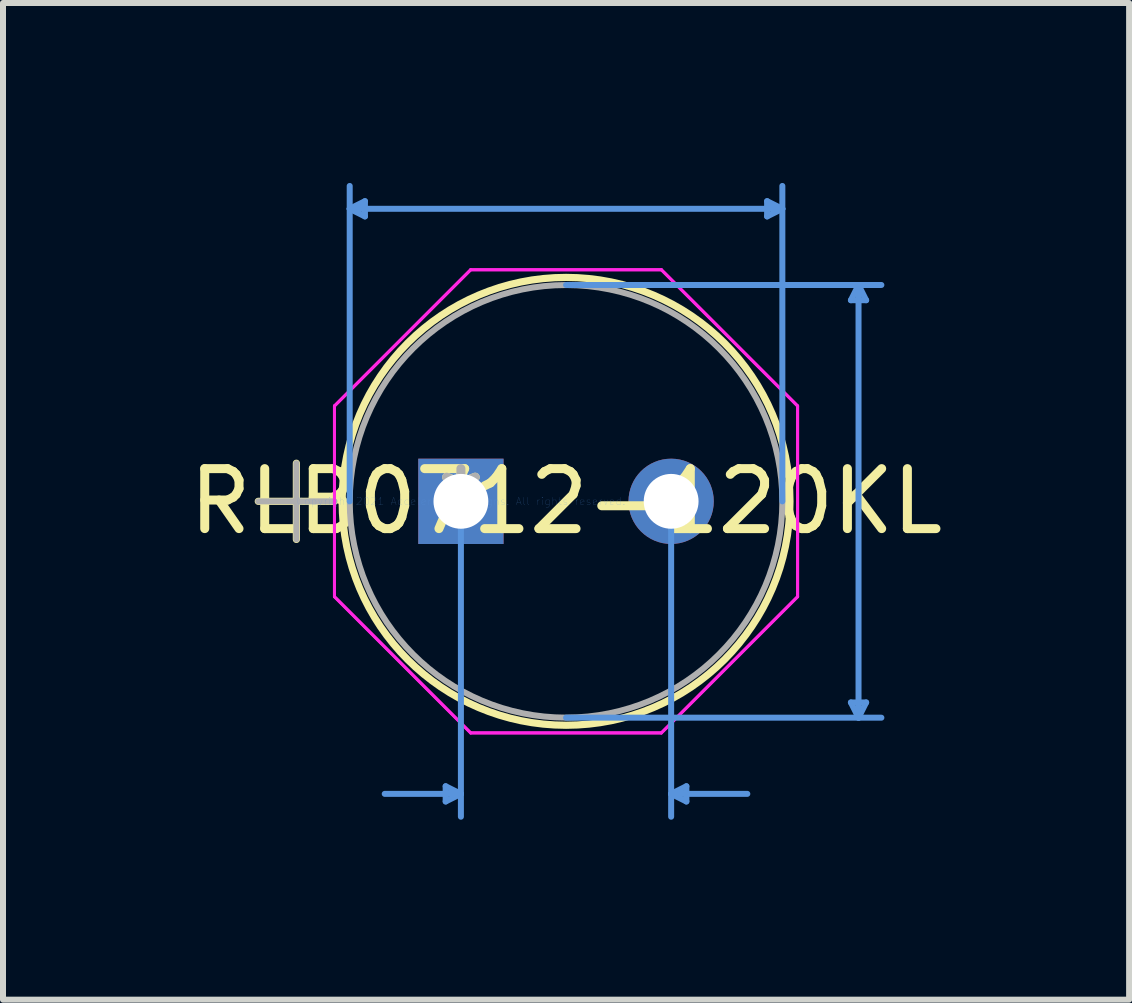
<source format=kicad_pcb>
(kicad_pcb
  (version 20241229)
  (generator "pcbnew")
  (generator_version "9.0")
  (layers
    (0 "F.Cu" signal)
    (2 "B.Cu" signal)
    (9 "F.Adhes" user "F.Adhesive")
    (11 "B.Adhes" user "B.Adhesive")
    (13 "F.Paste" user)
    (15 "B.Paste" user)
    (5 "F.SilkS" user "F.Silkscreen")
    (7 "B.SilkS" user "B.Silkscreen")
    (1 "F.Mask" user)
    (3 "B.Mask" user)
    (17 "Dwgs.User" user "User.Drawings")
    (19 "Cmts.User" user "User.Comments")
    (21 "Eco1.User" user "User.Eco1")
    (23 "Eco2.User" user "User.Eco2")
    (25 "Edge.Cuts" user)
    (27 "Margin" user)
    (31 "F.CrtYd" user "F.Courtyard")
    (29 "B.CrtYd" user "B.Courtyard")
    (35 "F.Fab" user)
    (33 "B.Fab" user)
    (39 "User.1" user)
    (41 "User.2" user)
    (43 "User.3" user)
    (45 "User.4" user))
  (footprint "RLB0712-120KL"
    (layer "F.Cu")
    (at 4.634 5.308)
    (property "Reference" "RLB0712-120KL" (at 1.753 0 0) (layer "F.SilkS") (effects (font (size 1 1) (thickness 0.15))))
    (attr through_hole)
    (fp_line (start -3.378 0) (end -2.108 0) (stroke (width 0.12) (type solid)) (layer "F.SilkS"))
    (fp_line (start -2.743 -0.635) (end -2.743 0.635) (stroke (width 0.12) (type solid)) (layer "F.SilkS"))
    (fp_circle (center 1.753 0) (end 5.486 0) (stroke (width 0.12) (type solid)) (fill no) (layer "F.SilkS"))
    (fp_line (start -1.854 -4.877) (end -1.6 -5.004) (stroke (width 0.1) (type solid)) (layer "Cmts.User"))
    (fp_line (start -1.854 -4.877) (end -1.6 -4.75) (stroke (width 0.1) (type solid)) (layer "Cmts.User"))
    (fp_line (start -1.854 -4.877) (end 5.359 -4.877) (stroke (width 0.1) (type solid)) (layer "Cmts.User"))
    (fp_line (start -1.854 0) (end -1.854 -5.258) (stroke (width 0.1) (type solid)) (layer "Cmts.User"))
    (fp_line (start -1.6 -5.004) (end -1.6 -4.75) (stroke (width 0.1) (type solid)) (layer "Cmts.User"))
    (fp_line (start -0.254 4.75) (end -0.254 5.004) (stroke (width 0.1) (type solid)) (layer "Cmts.User"))
    (fp_line (start 0 0) (end 0 5.258) (stroke (width 0.1) (type solid)) (layer "Cmts.User"))
    (fp_line (start 0 4.877) (end -1.27 4.877) (stroke (width 0.1) (type solid)) (layer "Cmts.User"))
    (fp_line (start 0 4.877) (end -0.254 4.75) (stroke (width 0.1) (type solid)) (layer "Cmts.User"))
    (fp_line (start 0 4.877) (end -0.254 5.004) (stroke (width 0.1) (type solid)) (layer "Cmts.User"))
    (fp_line (start 1.753 -3.607) (end 7.01 -3.607) (stroke (width 0.1) (type solid)) (layer "Cmts.User"))
    (fp_line (start 1.753 3.607) (end 7.01 3.607) (stroke (width 0.1) (type solid)) (layer "Cmts.User"))
    (fp_line (start 3.505 0) (end 3.505 5.258) (stroke (width 0.1) (type solid)) (layer "Cmts.User"))
    (fp_line (start 3.505 4.877) (end 3.759 4.75) (stroke (width 0.1) (type solid)) (layer "Cmts.User"))
    (fp_line (start 3.505 4.877) (end 3.759 5.004) (stroke (width 0.1) (type solid)) (layer "Cmts.User"))
    (fp_line (start 3.505 4.877) (end 4.775 4.877) (stroke (width 0.1) (type solid)) (layer "Cmts.User"))
    (fp_line (start 3.759 4.75) (end 3.759 5.004) (stroke (width 0.1) (type solid)) (layer "Cmts.User"))
    (fp_line (start 5.105 -5.004) (end 5.105 -4.75) (stroke (width 0.1) (type solid)) (layer "Cmts.User"))
    (fp_line (start 5.359 -4.877) (end 5.105 -5.004) (stroke (width 0.1) (type solid)) (layer "Cmts.User"))
    (fp_line (start 5.359 -4.877) (end 5.105 -4.75) (stroke (width 0.1) (type solid)) (layer "Cmts.User"))
    (fp_line (start 5.359 0) (end 5.359 -5.258) (stroke (width 0.1) (type solid)) (layer "Cmts.User"))
    (fp_line (start 6.502 -3.353) (end 6.756 -3.353) (stroke (width 0.1) (type solid)) (layer "Cmts.User"))
    (fp_line (start 6.502 3.353) (end 6.756 3.353) (stroke (width 0.1) (type solid)) (layer "Cmts.User"))
    (fp_line (start 6.629 -3.607) (end 6.502 -3.353) (stroke (width 0.1) (type solid)) (layer "Cmts.User"))
    (fp_line (start 6.629 -3.607) (end 6.629 3.607) (stroke (width 0.1) (type solid)) (layer "Cmts.User"))
    (fp_line (start 6.629 -3.607) (end 6.756 -3.353) (stroke (width 0.1) (type solid)) (layer "Cmts.User"))
    (fp_line (start 6.629 3.607) (end 6.502 3.353) (stroke (width 0.1) (type solid)) (layer "Cmts.User"))
    (fp_line (start 6.629 3.607) (end 6.756 3.353) (stroke (width 0.1) (type solid)) (layer "Cmts.User"))
    (fp_line (start -2.108 -1.59) (end 0.163 -3.861) (stroke (width 0.05) (type solid)) (layer "F.CrtYd"))
    (fp_line (start -2.108 -1.59) (end 0.163 -3.861) (stroke (width 0.05) (type solid)) (layer "F.CrtYd"))
    (fp_line (start -2.108 1.59) (end -2.108 -1.59) (stroke (width 0.05) (type solid)) (layer "F.CrtYd"))
    (fp_line (start -2.108 1.59) (end -2.108 -1.59) (stroke (width 0.05) (type solid)) (layer "F.CrtYd"))
    (fp_line (start 0.163 -3.861) (end 3.342 -3.861) (stroke (width 0.05) (type solid)) (layer "F.CrtYd"))
    (fp_line (start 0.163 -3.861) (end 3.342 -3.861) (stroke (width 0.05) (type solid)) (layer "F.CrtYd"))
    (fp_line (start 0.163 3.861) (end -2.108 1.59) (stroke (width 0.05) (type solid)) (layer "F.CrtYd"))
    (fp_line (start 0.163 3.861) (end -2.108 1.59) (stroke (width 0.05) (type solid)) (layer "F.CrtYd"))
    (fp_line (start 3.342 -3.861) (end 5.613 -1.59) (stroke (width 0.05) (type solid)) (layer "F.CrtYd"))
    (fp_line (start 3.342 -3.861) (end 5.613 -1.59) (stroke (width 0.05) (type solid)) (layer "F.CrtYd"))
    (fp_line (start 3.342 3.861) (end 0.163 3.861) (stroke (width 0.05) (type solid)) (layer "F.CrtYd"))
    (fp_line (start 3.342 3.861) (end 0.163 3.861) (stroke (width 0.05) (type solid)) (layer "F.CrtYd"))
    (fp_line (start 5.613 -1.59) (end 5.613 1.59) (stroke (width 0.05) (type solid)) (layer "F.CrtYd"))
    (fp_line (start 5.613 -1.59) (end 5.613 1.59) (stroke (width 0.05) (type solid)) (layer "F.CrtYd"))
    (fp_line (start 5.613 1.59) (end 3.342 3.861) (stroke (width 0.05) (type solid)) (layer "F.CrtYd"))
    (fp_line (start 5.613 1.59) (end 3.342 3.861) (stroke (width 0.05) (type solid)) (layer "F.CrtYd"))
    (fp_line (start -3.378 0) (end -2.108 0) (stroke (width 0.1) (type solid)) (layer "F.Fab"))
    (fp_line (start -2.743 -0.635) (end -2.743 0.635) (stroke (width 0.1) (type solid)) (layer "F.Fab"))
    (fp_circle (center 1.753 0) (end 5.359 0) (stroke (width 0.1) (type solid)) (fill no) (layer "F.Fab"))
    (fp_text user "*" (at 0 0 0) (layer "F.SilkS") (effects (font (size 1 1) (thickness 0.15))))
    (fp_text user "Copyright 2021 Accelerated Designs. All rights reserved." (at 0 0 0) (layer "Cmts.User") (effects (font (size 0.127 0.127) (thickness 0.002))))
    (fp_text user "*" (at 0 0 0) (layer "F.Fab") (effects (font (size 1 1) (thickness 0.15))))
    (pad "1" thru_hole rect (at 0 0) (size 1.422 1.422) (drill 0.914) (layers "*.Cu" "*.Mask"))
    (pad "2" thru_hole circle (at 3.505 0) (size 1.422 1.422) (drill 0.914) (layers "*.Cu" "*.Mask")))
  (gr_rect
    (start -3 -3)
    (end 15.774 13.616)
    (stroke (width 0.1) (type default))
    (fill no)
    (layer "Edge.Cuts")))
</source>
